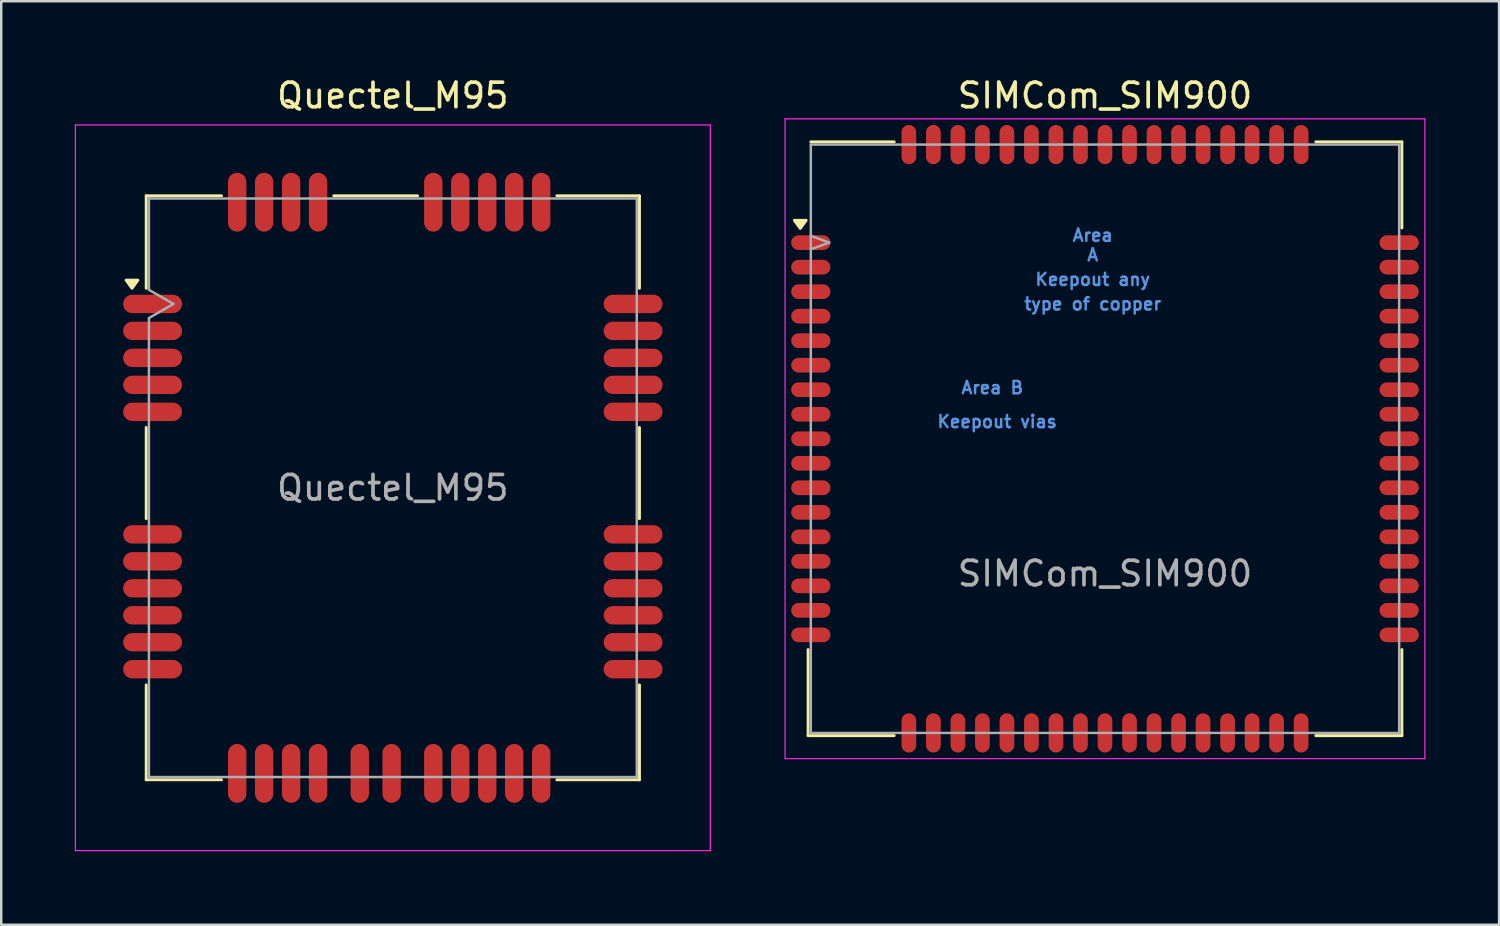
<source format=kicad_pcb>
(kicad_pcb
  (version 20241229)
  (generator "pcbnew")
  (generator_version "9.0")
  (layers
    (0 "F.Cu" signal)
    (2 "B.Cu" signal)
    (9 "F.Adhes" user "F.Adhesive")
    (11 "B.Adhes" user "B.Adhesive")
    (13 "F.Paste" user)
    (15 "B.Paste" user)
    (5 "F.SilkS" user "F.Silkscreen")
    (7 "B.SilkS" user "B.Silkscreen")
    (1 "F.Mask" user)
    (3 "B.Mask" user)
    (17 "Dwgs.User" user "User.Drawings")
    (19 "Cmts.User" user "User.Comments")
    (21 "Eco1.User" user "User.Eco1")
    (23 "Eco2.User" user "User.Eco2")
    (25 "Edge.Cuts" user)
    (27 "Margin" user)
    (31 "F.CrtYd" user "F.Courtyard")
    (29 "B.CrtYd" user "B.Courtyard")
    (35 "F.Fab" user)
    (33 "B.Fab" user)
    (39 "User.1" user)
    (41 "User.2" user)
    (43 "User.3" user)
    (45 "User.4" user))
  (footprint "Quectel_M95"
    (layer "F.Cu")
    (at 12.975 16.848)
    (property "Reference" "Quectel_M95" (at 0 -16 0) (layer "F.SilkS") (effects (font (size 1 1) (thickness 0.15))))
    (attr smd)
    (fp_line (start -10.06 -11.91) (end -6.99 -11.91) (stroke (width 0.12) (type solid)) (layer "F.SilkS"))
    (fp_line (start -10.06 -8.14) (end -10.06 -11.91) (stroke (width 0.12) (type solid)) (layer "F.SilkS"))
    (fp_line (start -10.06 -2.46) (end -10.06 1.26) (stroke (width 0.12) (type solid)) (layer "F.SilkS"))
    (fp_line (start -10.06 11.91) (end -10.06 8.04) (stroke (width 0.12) (type solid)) (layer "F.SilkS"))
    (fp_line (start -10.06 11.91) (end -6.99 11.91) (stroke (width 0.12) (type solid)) (layer "F.SilkS"))
    (fp_line (start -2.41 -11.91) (end 1.01 -11.91) (stroke (width 0.12) (type solid)) (layer "F.SilkS"))
    (fp_line (start 6.69 -11.91) (end 10.06 -11.91) (stroke (width 0.12) (type solid)) (layer "F.SilkS"))
    (fp_line (start 6.69 11.91) (end 10.06 11.91) (stroke (width 0.12) (type solid)) (layer "F.SilkS"))
    (fp_line (start 10.06 -8.14) (end 10.06 -11.91) (stroke (width 0.12) (type solid)) (layer "F.SilkS"))
    (fp_line (start 10.06 -2.46) (end 10.06 1.26) (stroke (width 0.12) (type solid)) (layer "F.SilkS"))
    (fp_line (start 10.06 11.91) (end 10.06 8.04) (stroke (width 0.12) (type solid)) (layer "F.SilkS"))
    (fp_poly (pts (xy -10.64 -8.14) (xy -10.88 -8.47) (xy -10.4 -8.47) (xy -10.64 -8.14)) (stroke (width 0.12) (type solid)) (fill yes) (layer "F.SilkS"))
    (fp_line (start -12.95 -14.8) (end -12.95 14.8) (stroke (width 0.05) (type solid)) (layer "F.CrtYd"))
    (fp_line (start -12.95 -14.8) (end 12.95 -14.8) (stroke (width 0.05) (type solid)) (layer "F.CrtYd"))
    (fp_line (start -12.95 14.8) (end 12.95 14.8) (stroke (width 0.05) (type solid)) (layer "F.CrtYd"))
    (fp_line (start 12.95 -14.8) (end 12.95 14.8) (stroke (width 0.05) (type solid)) (layer "F.CrtYd"))
    (fp_line (start -9.95 -11.8) (end -9.95 -8.075) (stroke (width 0.1) (type solid)) (layer "F.Fab"))
    (fp_line (start -9.95 -11.8) (end 9.95 -11.8) (stroke (width 0.1) (type solid)) (layer "F.Fab"))
    (fp_line (start -9.95 -8.075) (end -8.95 -7.5) (stroke (width 0.1) (type solid)) (layer "F.Fab"))
    (fp_line (start -9.95 -6.925) (end -9.95 11.8) (stroke (width 0.1) (type solid)) (layer "F.Fab"))
    (fp_line (start -8.95 -7.5) (end -9.95 -6.925) (stroke (width 0.1) (type solid)) (layer "F.Fab"))
    (fp_line (start 9.95 -11.8) (end 9.95 11.8) (stroke (width 0.1) (type solid)) (layer "F.Fab"))
    (fp_line (start 9.95 11.8) (end -9.95 11.8) (stroke (width 0.1) (type solid)) (layer "F.Fab"))
    (fp_text user "${REFERENCE}" (at 0 0 0) (layer "F.Fab") (effects (font (size 1 1) (thickness 0.15))))
    (pad "" smd oval (at -10.1 -7.5) (size 2.8 0.675) (layers "F.Paste"))
    (pad "" smd oval (at -10.1 -6.4) (size 2.8 0.675) (layers "F.Paste"))
    (pad "" smd oval (at -10.1 -5.3) (size 2.8 0.675) (layers "F.Paste"))
    (pad "" smd oval (at -10.1 -4.2) (size 2.8 0.675) (layers "F.Paste"))
    (pad "" smd oval (at -10.1 -3.1) (size 2.8 0.675) (layers "F.Paste"))
    (pad "" smd oval (at -10.1 1.9) (size 2.8 0.675) (layers "F.Paste"))
    (pad "" smd oval (at -10.1 3) (size 2.8 0.675) (layers "F.Paste"))
    (pad "" smd oval (at -10.1 4.1) (size 2.8 0.675) (layers "F.Paste"))
    (pad "" smd oval (at -10.1 5.2) (size 2.8 0.675) (layers "F.Paste"))
    (pad "" smd oval (at -10.1 6.3) (size 2.8 0.675) (layers "F.Paste"))
    (pad "" smd oval (at -10.1 7.4) (size 2.8 0.675) (layers "F.Paste"))
    (pad "" smd oval (at -6.35 -11.95) (size 0.675 2.8) (layers "F.Paste"))
    (pad "" smd oval (at -6.35 11.95) (size 0.675 2.8) (layers "F.Paste"))
    (pad "" smd oval (at -5.25 -11.95) (size 0.675 2.8) (layers "F.Paste"))
    (pad "" smd oval (at -5.25 11.95) (size 0.675 2.8) (layers "F.Paste"))
    (pad "" smd oval (at -4.15 -11.95) (size 0.675 2.8) (layers "F.Paste"))
    (pad "" smd oval (at -4.15 11.95) (size 0.675 2.8) (layers "F.Paste"))
    (pad "" smd oval (at -3.05 -11.95) (size 0.675 2.8) (layers "F.Paste"))
    (pad "" smd oval (at -3.05 11.95) (size 0.675 2.8) (layers "F.Paste"))
    (pad "" smd oval (at -1.35 11.95) (size 0.675 2.8) (layers "F.Paste"))
    (pad "" smd oval (at -0.05 11.95) (size 0.675 2.8) (layers "F.Paste"))
    (pad "" smd oval (at 1.65 -11.95) (size 0.675 2.8) (layers "F.Paste"))
    (pad "" smd oval (at 1.65 11.95) (size 0.675 2.8) (layers "F.Paste"))
    (pad "" smd oval (at 2.75 -11.95) (size 0.675 2.8) (layers "F.Paste"))
    (pad "" smd oval (at 2.75 11.95) (size 0.675 2.8) (layers "F.Paste"))
    (pad "" smd oval (at 3.85 -11.95) (size 0.675 2.8) (layers "F.Paste"))
    (pad "" smd oval (at 3.85 11.95) (size 0.675 2.8) (layers "F.Paste"))
    (pad "" smd oval (at 4.95 -11.95) (size 0.675 2.8) (layers "F.Paste"))
    (pad "" smd oval (at 4.95 11.95) (size 0.675 2.8) (layers "F.Paste"))
    (pad "" smd oval (at 6.05 -11.95) (size 0.675 2.8) (layers "F.Paste"))
    (pad "" smd oval (at 6.05 11.95) (size 0.675 2.8) (layers "F.Paste"))
    (pad "" smd oval (at 10.1 -7.5) (size 2.8 0.675) (layers "F.Paste"))
    (pad "" smd oval (at 10.1 -6.4) (size 2.8 0.675) (layers "F.Paste"))
    (pad "" smd oval (at 10.1 -5.3) (size 2.8 0.675) (layers "F.Paste"))
    (pad "" smd oval (at 10.1 -4.2) (size 2.8 0.675) (layers "F.Paste"))
    (pad "" smd oval (at 10.1 -3.1) (size 2.8 0.675) (layers "F.Paste"))
    (pad "" smd oval (at 10.1 1.9) (size 2.8 0.675) (layers "F.Paste"))
    (pad "" smd oval (at 10.1 3) (size 2.8 0.675) (layers "F.Paste"))
    (pad "" smd oval (at 10.1 4.1) (size 2.8 0.675) (layers "F.Paste"))
    (pad "" smd oval (at 10.1 5.2) (size 2.8 0.675) (layers "F.Paste"))
    (pad "" smd oval (at 10.1 6.3) (size 2.8 0.675) (layers "F.Paste"))
    (pad "" smd oval (at 10.1 7.4) (size 2.8 0.675) (layers "F.Paste"))
    (pad "1" smd oval (at -9.8 -7.5) (size 2.4 0.75) (layers "F.Cu" "F.Mask"))
    (pad "2" smd oval (at -9.8 -6.4) (size 2.4 0.75) (layers "F.Cu" "F.Mask"))
    (pad "3" smd oval (at -9.8 -5.3) (size 2.4 0.75) (layers "F.Cu" "F.Mask"))
    (pad "4" smd oval (at -9.8 -4.2) (size 2.4 0.75) (layers "F.Cu" "F.Mask"))
    (pad "5" smd oval (at -9.8 -3.1) (size 2.4 0.75) (layers "F.Cu" "F.Mask"))
    (pad "6" smd oval (at -9.8 1.9) (size 2.4 0.75) (layers "F.Cu" "F.Mask"))
    (pad "7" smd oval (at -9.8 3) (size 2.4 0.75) (layers "F.Cu" "F.Mask"))
    (pad "8" smd oval (at -9.8 4.1) (size 2.4 0.75) (layers "F.Cu" "F.Mask"))
    (pad "9" smd oval (at -9.8 5.2) (size 2.4 0.75) (layers "F.Cu" "F.Mask"))
    (pad "10" smd oval (at -9.8 6.3) (size 2.4 0.75) (layers "F.Cu" "F.Mask"))
    (pad "11" smd oval (at -9.8 7.4) (size 2.4 0.75) (layers "F.Cu" "F.Mask"))
    (pad "12" smd oval (at -6.35 11.65) (size 0.75 2.4) (layers "F.Cu" "F.Mask"))
    (pad "13" smd oval (at -5.25 11.65) (size 0.75 2.4) (layers "F.Cu" "F.Mask"))
    (pad "14" smd oval (at -4.15 11.65) (size 0.75 2.4) (layers "F.Cu" "F.Mask"))
    (pad "15" smd oval (at -3.05 11.65) (size 0.75 2.4) (layers "F.Cu" "F.Mask"))
    (pad "16" smd oval (at 1.65 11.65) (size 0.75 2.4) (layers "F.Cu" "F.Mask"))
    (pad "17" smd oval (at 2.75 11.65) (size 0.75 2.4) (layers "F.Cu" "F.Mask"))
    (pad "18" smd oval (at 3.85 11.65) (size 0.75 2.4) (layers "F.Cu" "F.Mask"))
    (pad "19" smd oval (at 4.95 11.65) (size 0.75 2.4) (layers "F.Cu" "F.Mask"))
    (pad "20" smd oval (at 6.05 11.65) (size 0.75 2.4) (layers "F.Cu" "F.Mask"))
    (pad "21" smd oval (at 9.8 7.4) (size 2.4 0.75) (layers "F.Cu" "F.Mask"))
    (pad "22" smd oval (at 9.8 6.3) (size 2.4 0.75) (layers "F.Cu" "F.Mask"))
    (pad "23" smd oval (at 9.8 5.2) (size 2.4 0.75) (layers "F.Cu" "F.Mask"))
    (pad "24" smd oval (at 9.8 4.1) (size 2.4 0.75) (layers "F.Cu" "F.Mask"))
    (pad "25" smd oval (at 9.8 3) (size 2.4 0.75) (layers "F.Cu" "F.Mask"))
    (pad "26" smd oval (at 9.8 1.9) (size 2.4 0.75) (layers "F.Cu" "F.Mask"))
    (pad "27" smd oval (at 9.8 -3.1) (size 2.4 0.75) (layers "F.Cu" "F.Mask"))
    (pad "28" smd oval (at 9.8 -4.2) (size 2.4 0.75) (layers "F.Cu" "F.Mask"))
    (pad "29" smd oval (at 9.8 -5.3) (size 2.4 0.75) (layers "F.Cu" "F.Mask"))
    (pad "30" smd oval (at 9.8 -6.4) (size 2.4 0.75) (layers "F.Cu" "F.Mask"))
    (pad "31" smd oval (at 9.8 -7.5) (size 2.4 0.75) (layers "F.Cu" "F.Mask"))
    (pad "32" smd oval (at 6.05 -11.65) (size 0.75 2.4) (layers "F.Cu" "F.Mask"))
    (pad "33" smd oval (at 4.95 -11.65) (size 0.75 2.4) (layers "F.Cu" "F.Mask"))
    (pad "34" smd oval (at 3.85 -11.65) (size 0.75 2.4) (layers "F.Cu" "F.Mask"))
    (pad "35" smd oval (at 2.75 -11.65) (size 0.75 2.4) (layers "F.Cu" "F.Mask"))
    (pad "36" smd oval (at 1.65 -11.65) (size 0.75 2.4) (layers "F.Cu" "F.Mask"))
    (pad "37" smd oval (at -3.05 -11.65) (size 0.75 2.4) (layers "F.Cu" "F.Mask"))
    (pad "38" smd oval (at -4.15 -11.65) (size 0.75 2.4) (layers "F.Cu" "F.Mask"))
    (pad "39" smd oval (at -5.25 -11.65) (size 0.75 2.4) (layers "F.Cu" "F.Mask"))
    (pad "40" smd oval (at -6.35 -11.65) (size 0.75 2.4) (layers "F.Cu" "F.Mask"))
    (pad "41" smd oval (at -1.35 11.65) (size 0.75 2.4) (layers "F.Cu" "F.Mask"))
    (pad "42" smd oval (at -0.05 11.65) (size 0.75 2.4) (layers "F.Cu" "F.Mask")))
  (footprint "SIMCom_SIM900"
    (layer "F.Cu")
    (at 42.025 14.848)
    (property "Reference" "SIMCom_SIM900" (at 0 -14 0) (layer "F.SilkS") (effects (font (size 1 1) (thickness 0.15))))
    (attr smd)
    (fp_line (start -12.11 8.6) (end -12.11 12.11) (stroke (width 0.12) (type solid)) (layer "F.SilkS"))
    (fp_line (start -12.11 12.11) (end -8.6 12.11) (stroke (width 0.12) (type solid)) (layer "F.SilkS"))
    (fp_line (start -12 -12.11) (end -8.6 -12.11) (stroke (width 0.12) (type solid)) (layer "F.SilkS"))
    (fp_line (start 8.6 -12.11) (end 12.11 -12.11) (stroke (width 0.12) (type solid)) (layer "F.SilkS"))
    (fp_line (start 8.6 12.11) (end 12.11 12.11) (stroke (width 0.12) (type solid)) (layer "F.SilkS"))
    (fp_line (start 12.11 -12.11) (end 12.11 -8.6) (stroke (width 0.12) (type solid)) (layer "F.SilkS"))
    (fp_line (start 12.11 8.6) (end 12.11 12.11) (stroke (width 0.12) (type solid)) (layer "F.SilkS"))
    (fp_poly (pts (xy -12.43 -8.58) (xy -12.67 -8.91) (xy -12.19 -8.91) (xy -12.43 -8.58)) (stroke (width 0.12) (type solid)) (fill yes) (layer "F.SilkS"))
    (fp_line (start -13.05 -13.05) (end 13.05 -13.05) (stroke (width 0.05) (type solid)) (layer "F.CrtYd"))
    (fp_line (start -13.05 13.05) (end -13.05 -13.05) (stroke (width 0.05) (type solid)) (layer "F.CrtYd"))
    (fp_line (start 13.05 -13.05) (end 13.05 13.05) (stroke (width 0.05) (type solid)) (layer "F.CrtYd"))
    (fp_line (start 13.05 13.05) (end -13.05 13.05) (stroke (width 0.05) (type solid)) (layer "F.CrtYd"))
    (fp_line (start -12 -12) (end 12 -12) (stroke (width 0.1) (type solid)) (layer "F.Fab"))
    (fp_line (start -12 -8.28) (end -11.25 -8) (stroke (width 0.1) (type solid)) (layer "F.Fab"))
    (fp_line (start -12 12) (end -12 -12) (stroke (width 0.1) (type solid)) (layer "F.Fab"))
    (fp_line (start -11.25 -8) (end -12 -7.73) (stroke (width 0.1) (type solid)) (layer "F.Fab"))
    (fp_line (start 12 -12) (end 12 12) (stroke (width 0.1) (type solid)) (layer "F.Fab"))
    (fp_line (start 12 12) (end -12 12) (stroke (width 0.1) (type solid)) (layer "F.Fab"))
    (fp_text user "Area" (at -0.5 -8.3 0) (layer "Cmts.User") (effects (font (size 0.5 0.5) (thickness 0.1))))
    (fp_text user "Area B" (at -4.597 -2.083 0) (layer "Cmts.User") (effects (font (size 0.5 0.5) (thickness 0.1))))
    (fp_text user "Keepout vias" (at -4.4 -0.7 0) (layer "Cmts.User") (effects (font (size 0.5 0.5) (thickness 0.1))))
    (fp_text user "type of copper" (at -0.5 -5.5 0) (layer "Cmts.User") (effects (font (size 0.5 0.5) (thickness 0.1))))
    (fp_text user "A" (at -0.5 -7.5 0) (layer "Cmts.User") (effects (font (size 0.5 0.5) (thickness 0.1))))
    (fp_text user "Keepout any" (at -0.5 -6.5 0) (layer "Cmts.User") (effects (font (size 0.5 0.5) (thickness 0.1))))
    (fp_text user "${REFERENCE}" (at 0 5.5 0) (layer "F.Fab") (effects (font (size 1 1) (thickness 0.15))))
    (pad "1" smd oval (at -12 -8) (size 1.6 0.6) (layers "F.Cu" "F.Mask" "F.Paste"))
    (pad "2" smd oval (at -12 -7) (size 1.6 0.6) (layers "F.Cu" "F.Mask" "F.Paste"))
    (pad "3" smd oval (at -12 -6) (size 1.6 0.6) (layers "F.Cu" "F.Mask" "F.Paste"))
    (pad "4" smd oval (at -12 -5) (size 1.6 0.6) (layers "F.Cu" "F.Mask" "F.Paste"))
    (pad "5" smd oval (at -12 -4) (size 1.6 0.6) (layers "F.Cu" "F.Mask" "F.Paste"))
    (pad "6" smd oval (at -12 -3) (size 1.6 0.6) (layers "F.Cu" "F.Mask" "F.Paste"))
    (pad "7" smd oval (at -12 -2) (size 1.6 0.6) (layers "F.Cu" "F.Mask" "F.Paste"))
    (pad "8" smd oval (at -12 -1) (size 1.6 0.6) (layers "F.Cu" "F.Mask" "F.Paste"))
    (pad "9" smd oval (at -12 0) (size 1.6 0.6) (layers "F.Cu" "F.Mask" "F.Paste"))
    (pad "10" smd oval (at -12 1) (size 1.6 0.6) (layers "F.Cu" "F.Mask" "F.Paste"))
    (pad "11" smd oval (at -12 2) (size 1.6 0.6) (layers "F.Cu" "F.Mask" "F.Paste"))
    (pad "12" smd oval (at -12 3) (size 1.6 0.6) (layers "F.Cu" "F.Mask" "F.Paste"))
    (pad "13" smd oval (at -12 4) (size 1.6 0.6) (layers "F.Cu" "F.Mask" "F.Paste"))
    (pad "14" smd oval (at -12 5) (size 1.6 0.6) (layers "F.Cu" "F.Mask" "F.Paste"))
    (pad "15" smd oval (at -12 6) (size 1.6 0.6) (layers "F.Cu" "F.Mask" "F.Paste"))
    (pad "16" smd oval (at -12 7) (size 1.6 0.6) (layers "F.Cu" "F.Mask" "F.Paste"))
    (pad "17" smd oval (at -12 8) (size 1.6 0.6) (layers "F.Cu" "F.Mask" "F.Paste"))
    (pad "18" smd oval (at -8 12) (size 0.6 1.6) (layers "F.Cu" "F.Mask" "F.Paste"))
    (pad "19" smd oval (at -7 12) (size 0.6 1.6) (layers "F.Cu" "F.Mask" "F.Paste"))
    (pad "20" smd oval (at -6 12) (size 0.6 1.6) (layers "F.Cu" "F.Mask" "F.Paste"))
    (pad "21" smd oval (at -5 12) (size 0.6 1.6) (layers "F.Cu" "F.Mask" "F.Paste"))
    (pad "22" smd oval (at -4 12) (size 0.6 1.6) (layers "F.Cu" "F.Mask" "F.Paste"))
    (pad "23" smd oval (at -3 12) (size 0.6 1.6) (layers "F.Cu" "F.Mask" "F.Paste"))
    (pad "24" smd oval (at -2 12) (size 0.6 1.6) (layers "F.Cu" "F.Mask" "F.Paste"))
    (pad "25" smd oval (at -1 12) (size 0.6 1.6) (layers "F.Cu" "F.Mask" "F.Paste"))
    (pad "26" smd oval (at 0 12) (size 0.6 1.6) (layers "F.Cu" "F.Mask" "F.Paste"))
    (pad "27" smd oval (at 1 12) (size 0.6 1.6) (layers "F.Cu" "F.Mask" "F.Paste"))
    (pad "28" smd oval (at 2 12) (size 0.6 1.6) (layers "F.Cu" "F.Mask" "F.Paste"))
    (pad "29" smd oval (at 3 12) (size 0.6 1.6) (layers "F.Cu" "F.Mask" "F.Paste"))
    (pad "30" smd oval (at 4 12) (size 0.6 1.6) (layers "F.Cu" "F.Mask" "F.Paste"))
    (pad "31" smd oval (at 5 12) (size 0.6 1.6) (layers "F.Cu" "F.Mask" "F.Paste"))
    (pad "32" smd oval (at 6 12) (size 0.6 1.6) (layers "F.Cu" "F.Mask" "F.Paste"))
    (pad "33" smd oval (at 7 12) (size 0.6 1.6) (layers "F.Cu" "F.Mask" "F.Paste"))
    (pad "34" smd oval (at 8 12) (size 0.6 1.6) (layers "F.Cu" "F.Mask" "F.Paste"))
    (pad "35" smd oval (at 12 8) (size 1.6 0.6) (layers "F.Cu" "F.Mask" "F.Paste"))
    (pad "36" smd oval (at 12 7) (size 1.6 0.6) (layers "F.Cu" "F.Mask" "F.Paste"))
    (pad "37" smd oval (at 12 6) (size 1.6 0.6) (layers "F.Cu" "F.Mask" "F.Paste"))
    (pad "38" smd oval (at 12 5) (size 1.6 0.6) (layers "F.Cu" "F.Mask" "F.Paste"))
    (pad "39" smd oval (at 12 4) (size 1.6 0.6) (layers "F.Cu" "F.Mask" "F.Paste"))
    (pad "40" smd oval (at 12 3) (size 1.6 0.6) (layers "F.Cu" "F.Mask" "F.Paste"))
    (pad "41" smd oval (at 12 2) (size 1.6 0.6) (layers "F.Cu" "F.Mask" "F.Paste"))
    (pad "42" smd oval (at 12 1) (size 1.6 0.6) (layers "F.Cu" "F.Mask" "F.Paste"))
    (pad "43" smd oval (at 12 0) (size 1.6 0.6) (layers "F.Cu" "F.Mask" "F.Paste"))
    (pad "44" smd oval (at 12 -1) (size 1.6 0.6) (layers "F.Cu" "F.Mask" "F.Paste"))
    (pad "45" smd oval (at 12 -2) (size 1.6 0.6) (layers "F.Cu" "F.Mask" "F.Paste"))
    (pad "46" smd oval (at 12 -3) (size 1.6 0.6) (layers "F.Cu" "F.Mask" "F.Paste"))
    (pad "47" smd oval (at 12 -4) (size 1.6 0.6) (layers "F.Cu" "F.Mask" "F.Paste"))
    (pad "48" smd oval (at 12 -5) (size 1.6 0.6) (layers "F.Cu" "F.Mask" "F.Paste"))
    (pad "49" smd oval (at 12 -6) (size 1.6 0.6) (layers "F.Cu" "F.Mask" "F.Paste"))
    (pad "50" smd oval (at 12 -7) (size 1.6 0.6) (layers "F.Cu" "F.Mask" "F.Paste"))
    (pad "51" smd oval (at 12 -8) (size 1.6 0.6) (layers "F.Cu" "F.Mask" "F.Paste"))
    (pad "52" smd oval (at 8 -12) (size 0.6 1.6) (layers "F.Cu" "F.Mask" "F.Paste"))
    (pad "53" smd oval (at 7 -12) (size 0.6 1.6) (layers "F.Cu" "F.Mask" "F.Paste"))
    (pad "54" smd oval (at 6 -12) (size 0.6 1.6) (layers "F.Cu" "F.Mask" "F.Paste"))
    (pad "55" smd oval (at 5 -12) (size 0.6 1.6) (layers "F.Cu" "F.Mask" "F.Paste"))
    (pad "56" smd oval (at 4 -12) (size 0.6 1.6) (layers "F.Cu" "F.Mask" "F.Paste"))
    (pad "57" smd oval (at 3 -12) (size 0.6 1.6) (layers "F.Cu" "F.Mask" "F.Paste"))
    (pad "58" smd oval (at 2 -12) (size 0.6 1.6) (layers "F.Cu" "F.Mask" "F.Paste"))
    (pad "59" smd oval (at 1 -12) (size 0.6 1.6) (layers "F.Cu" "F.Mask" "F.Paste"))
    (pad "60" smd oval (at 0 -12) (size 0.6 1.6) (layers "F.Cu" "F.Mask" "F.Paste"))
    (pad "61" smd oval (at -1 -12) (size 0.6 1.6) (layers "F.Cu" "F.Mask" "F.Paste"))
    (pad "62" smd oval (at -2 -12) (size 0.6 1.6) (layers "F.Cu" "F.Mask" "F.Paste"))
    (pad "63" smd oval (at -3 -12) (size 0.6 1.6) (layers "F.Cu" "F.Mask" "F.Paste"))
    (pad "64" smd oval (at -4 -12) (size 0.6 1.6) (layers "F.Cu" "F.Mask" "F.Paste"))
    (pad "65" smd oval (at -5 -12) (size 0.6 1.6) (layers "F.Cu" "F.Mask" "F.Paste"))
    (pad "66" smd oval (at -6 -12) (size 0.6 1.6) (layers "F.Cu" "F.Mask" "F.Paste"))
    (pad "67" smd oval (at -7 -12) (size 0.6 1.6) (layers "F.Cu" "F.Mask" "F.Paste"))
    (pad "68" smd oval (at -8 -12) (size 0.6 1.6) (layers "F.Cu" "F.Mask" "F.Paste"))
    (zone (net_name "") (layer "F.Cu") (hatch full 0.508) (connect_pads) (min_thickness 0.254) (filled_areas_thickness no) (keepout (tracks allowed) (vias not_allowed) (pads not_allowed) (copperpour allowed) (footprints allowed)) (placement (enabled no)) (fill) (polygon (pts (xy 34.725 12.048) (xy 40.325 12.048) (xy 40.325 17.648) (xy 34.725 17.648))))
    (zone (net_name "") (layer "F.Cu") (hatch full 0.508) (connect_pads) (min_thickness 0.254) (filled_areas_thickness no) (keepout (tracks not_allowed) (vias not_allowed) (pads not_allowed) (copperpour not_allowed) (footprints not_allowed)) (placement (enabled no)) (fill) (polygon (pts (xy 42.53 6.848) (xy 42.511 6.653) (xy 42.454 6.465) (xy 42.362 6.292) (xy 42.238 6.14) (xy 42.087 6.015) (xy 41.914 5.922) (xy 41.727 5.864) (xy 41.532 5.843) (xy 41.337 5.861) (xy 41.149 5.917) (xy 40.975 6.007) (xy 40.822 6.13) (xy 40.696 6.281) (xy 40.601 6.452) (xy 40.542 6.639) (xy 40.52 6.834) (xy 40.537 7.03) (xy 40.591 7.218) (xy 40.68 7.393) (xy 40.802 7.546) (xy 40.952 7.673) (xy 41.123 7.769) (xy 41.309 7.83) (xy 41.504 7.853) (xy 41.699 7.838) (xy 41.888 7.785) (xy 42.063 7.697) (xy 42.218 7.576) (xy 42.346 7.427) (xy 42.443 7.257) (xy 42.505 7.071) (xy 42.529 6.876)))))
  (gr_rect
    (start -3 -3)
    (end 58.1 34.673)
    (stroke (width 0.1) (type default))
    (fill no)
    (layer "Edge.Cuts")))
</source>
